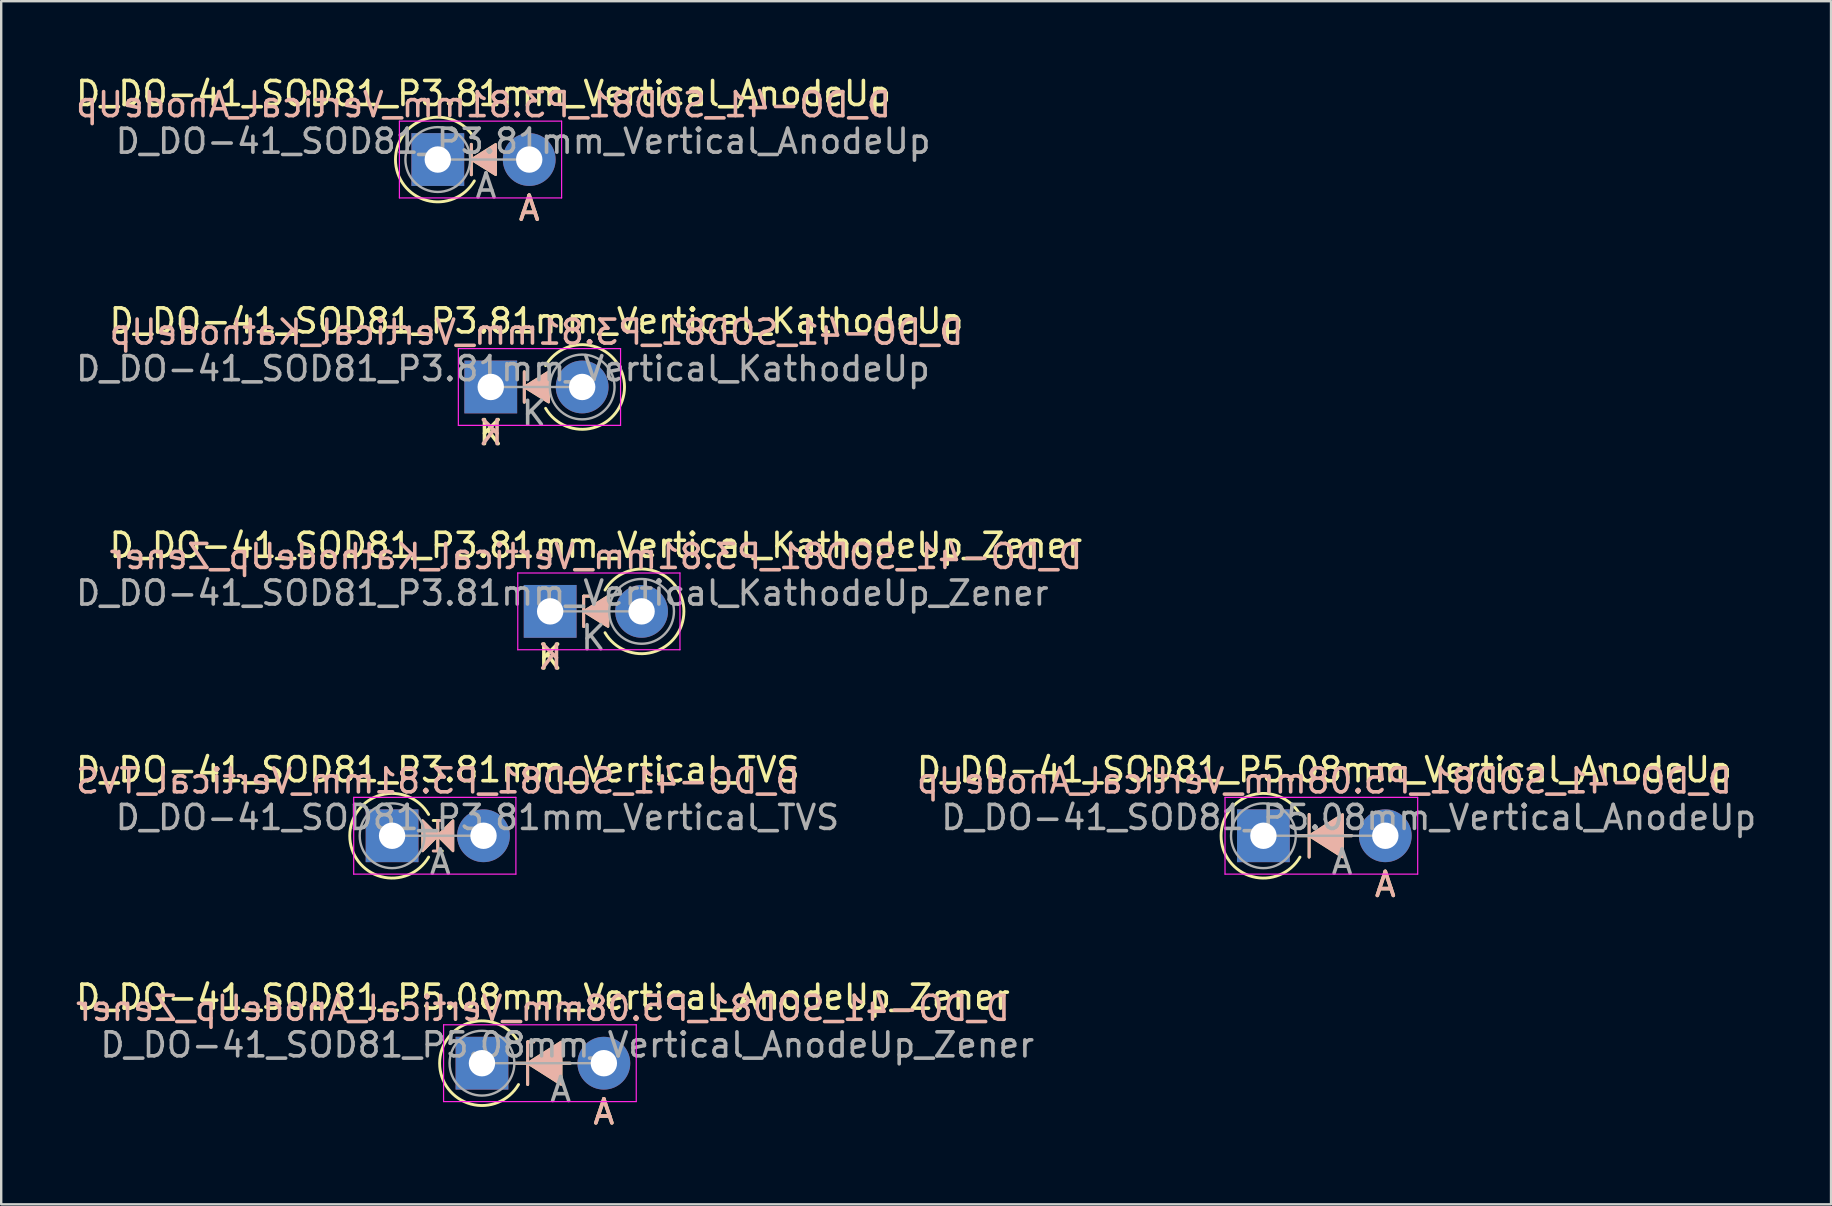
<source format=kicad_pcb>
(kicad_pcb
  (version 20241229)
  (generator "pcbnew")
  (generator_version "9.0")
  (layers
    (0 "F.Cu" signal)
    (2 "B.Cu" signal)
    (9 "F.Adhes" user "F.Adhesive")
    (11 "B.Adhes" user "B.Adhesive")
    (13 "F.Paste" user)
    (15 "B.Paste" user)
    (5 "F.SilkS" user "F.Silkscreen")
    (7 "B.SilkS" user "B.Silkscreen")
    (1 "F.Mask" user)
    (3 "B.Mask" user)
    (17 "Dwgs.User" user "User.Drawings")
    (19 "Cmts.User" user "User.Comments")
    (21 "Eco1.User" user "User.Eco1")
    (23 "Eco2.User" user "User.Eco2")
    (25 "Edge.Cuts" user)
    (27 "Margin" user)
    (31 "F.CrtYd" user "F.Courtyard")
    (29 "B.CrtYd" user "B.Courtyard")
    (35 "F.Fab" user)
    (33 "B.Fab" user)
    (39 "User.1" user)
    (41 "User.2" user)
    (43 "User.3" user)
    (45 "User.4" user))
  (footprint "D_DO-41_SOD81_P3.81mm_Vertical_KathodeUp_Zener"
    (layer "F.Cu")
    (at 19.879 22.43)
    (property "Reference" "D_DO-41_SOD81_P3.81mm_Vertical_KathodeUp_Zener" (at 1.905 -2.751 0) (layer "F.SilkS") (effects (font (size 1 1) (thickness 0.15))))
    (fp_line (start 1.397 -0.635) (end 1.397 0.635) (stroke (width 0.12) (type solid)) (layer "F.SilkS"))
    (fp_line (start 1.397 -0.635) (end 1.651 -0.635) (stroke (width 0.12) (type solid)) (layer "F.SilkS"))
    (fp_arc (start 2.286 -0.888999) (mid 5.574339 0.000001) (end 2.286 0.889) (stroke (width 0.12) (type solid)) (layer "F.SilkS"))
    (fp_poly (pts (xy 2.413 0.635) (xy 1.397 0) (xy 2.413 -0.635)) (stroke (width 0.1) (type solid)) (fill yes) (layer "F.SilkS"))
    (fp_line (start 1.397 -0.635) (end 1.651 -0.635) (stroke (width 0.12) (type solid)) (layer "B.SilkS"))
    (fp_line (start 1.397 0.635) (end 1.397 -0.635) (stroke (width 0.12) (type solid)) (layer "B.SilkS"))
    (fp_poly (pts (xy 2.413 -0.635) (xy 1.397 0) (xy 2.413 0.635)) (stroke (width 0.1) (type solid)) (fill yes) (layer "B.SilkS"))
    (fp_line (start -1.35 -1.6) (end -1.35 1.6) (stroke (width 0.05) (type solid)) (layer "F.CrtYd"))
    (fp_line (start -1.35 1.6) (end 5.41 1.6) (stroke (width 0.05) (type solid)) (layer "F.CrtYd"))
    (fp_line (start 5.41 -1.6) (end -1.35 -1.6) (stroke (width 0.05) (type solid)) (layer "F.CrtYd"))
    (fp_line (start 5.41 1.6) (end 5.41 -1.6) (stroke (width 0.05) (type solid)) (layer "F.CrtYd"))
    (fp_line (start 0 0) (end 3.81 0) (stroke (width 0.1) (type solid)) (layer "F.Fab"))
    (fp_circle (center 3.81 0) (end 5.16 0) (stroke (width 0.1) (type solid)) (fill no) (layer "F.Fab"))
    (fp_text user "K" (at 0 1.905 0) (layer "F.SilkS") (effects (font (size 1 1) (thickness 0.15))))
    (fp_text user "${REFERENCE}" (at 1.905 -2.286 0) (layer "B.SilkS") (effects (font (size 1 1) (thickness 0.15)) (justify mirror)))
    (fp_text user "K" (at 0 1.905 0) (layer "B.SilkS") (effects (font (size 1 1) (thickness 0.15)) (justify mirror)))
    (fp_text user "${REFERENCE}" (at 0.508 -0.762 0) (layer "F.Fab") (effects (font (size 1 1) (thickness 0.15))))
    (fp_text user "K" (at 1.8 1.1 0) (layer "F.Fab") (effects (font (size 1 1) (thickness 0.15))))
    (pad "1" thru_hole rect (at 0 0) (size 2.2 2.2) (drill 1.1) (layers "*.Cu" "*.Mask"))
    (pad "2" thru_hole oval (at 3.81 0) (size 2.2 2.2) (drill 1.1) (layers "*.Cu" "*.Mask")))
  (footprint "D_DO-41_SOD81_P5.08mm_Vertical_AnodeUp_Zener"
    (layer "F.Cu")
    (at 17.037 41.261)
    (property "Reference" "D_DO-41_SOD81_P5.08mm_Vertical_AnodeUp_Zener" (at 2.54 -2.751 0) (layer "F.SilkS") (effects (font (size 1 1) (thickness 0.15))))
    (fp_line (start 1.905 -0.889) (end 1.905 0.889) (stroke (width 0.12) (type solid)) (layer "F.SilkS"))
    (fp_line (start 1.905 -0.889) (end 2.159 -0.889) (stroke (width 0.12) (type solid)) (layer "F.SilkS"))
    (fp_line (start 3.683 0) (end 1.397 0) (stroke (width 0.12) (type solid)) (layer "F.SilkS"))
    (fp_arc (start 1.523999 0.889) (mid -1.764339 0.000001) (end 1.523999 -0.888999) (stroke (width 0.12) (type solid)) (layer "F.SilkS"))
    (fp_poly (pts (xy 3.302 0.889) (xy 1.905 0) (xy 3.302 -0.889)) (stroke (width 0.1) (type solid)) (fill yes) (layer "F.SilkS"))
    (fp_line (start 1.905 -0.889) (end 2.159 -0.889) (stroke (width 0.12) (type solid)) (layer "B.SilkS"))
    (fp_line (start 1.905 0.889) (end 1.905 -0.889) (stroke (width 0.12) (type solid)) (layer "B.SilkS"))
    (fp_line (start 3.683 0) (end 1.397 0) (stroke (width 0.12) (type solid)) (layer "B.SilkS"))
    (fp_poly (pts (xy 3.302 -0.889) (xy 1.905 0) (xy 3.302 0.889)) (stroke (width 0.1) (type solid)) (fill yes) (layer "B.SilkS"))
    (fp_line (start -1.6 -1.6) (end -1.6 1.6) (stroke (width 0.05) (type solid)) (layer "F.CrtYd"))
    (fp_line (start -1.6 1.6) (end 6.43 1.6) (stroke (width 0.05) (type solid)) (layer "F.CrtYd"))
    (fp_line (start 6.43 -1.6) (end -1.6 -1.6) (stroke (width 0.05) (type solid)) (layer "F.CrtYd"))
    (fp_line (start 6.43 1.6) (end 6.43 -1.6) (stroke (width 0.05) (type solid)) (layer "F.CrtYd"))
    (fp_line (start 0 0) (end 5.08 0) (stroke (width 0.1) (type solid)) (layer "F.Fab"))
    (fp_circle (center 0 0) (end 1.35 0) (stroke (width 0.1) (type solid)) (fill no) (layer "F.Fab"))
    (fp_text user "A" (at 5.08 2.032 0) (layer "F.SilkS") (effects (font (size 1 1) (thickness 0.15))))
    (fp_text user "${REFERENCE}" (at 2.54 -2.286 0) (layer "B.SilkS") (effects (font (size 1 1) (thickness 0.15)) (justify mirror)))
    (fp_text user "A" (at 5.08 2.032 0) (layer "B.SilkS") (effects (font (size 1 1) (thickness 0.15)) (justify mirror)))
    (fp_text user "${REFERENCE}" (at 3.556 -0.762 0) (layer "F.Fab") (effects (font (size 1 1) (thickness 0.15))))
    (fp_text user "A" (at 3.28 1.1 0) (layer "F.Fab") (effects (font (size 1 1) (thickness 0.15))))
    (pad "1" thru_hole rect (at 0 0) (size 2.2 2.2) (drill 1.1) (layers "*.Cu" "*.Mask"))
    (pad "2" thru_hole oval (at 5.08 0) (size 2.2 2.2) (drill 1.1) (layers "*.Cu" "*.Mask")))
  (footprint "D_DO-41_SOD81_P3.81mm_Vertical_AnodeUp"
    (layer "F.Cu")
    (at 15.196 3.599)
    (property "Reference" "D_DO-41_SOD81_P3.81mm_Vertical_AnodeUp" (at 1.905 -2.751 0) (layer "F.SilkS") (effects (font (size 1 1) (thickness 0.15))))
    (fp_line (start 1.397 -0.635) (end 1.397 0.635) (stroke (width 0.12) (type solid)) (layer "F.SilkS"))
    (fp_arc (start 1.523999 0.889) (mid -1.764339 0.000001) (end 1.523999 -0.888999) (stroke (width 0.12) (type solid)) (layer "F.SilkS"))
    (fp_poly (pts (xy 2.413 0.635) (xy 1.397 0) (xy 2.413 -0.635)) (stroke (width 0.1) (type solid)) (fill yes) (layer "F.SilkS"))
    (fp_line (start 1.397 0.635) (end 1.397 -0.635) (stroke (width 0.12) (type solid)) (layer "B.SilkS"))
    (fp_poly (pts (xy 2.413 -0.635) (xy 1.397 0) (xy 2.413 0.635)) (stroke (width 0.1) (type solid)) (fill yes) (layer "B.SilkS"))
    (fp_line (start -1.6 -1.6) (end -1.6 1.6) (stroke (width 0.05) (type solid)) (layer "F.CrtYd"))
    (fp_line (start -1.6 1.6) (end 5.16 1.6) (stroke (width 0.05) (type solid)) (layer "F.CrtYd"))
    (fp_line (start 5.16 -1.6) (end -1.6 -1.6) (stroke (width 0.05) (type solid)) (layer "F.CrtYd"))
    (fp_line (start 5.16 1.6) (end 5.16 -1.6) (stroke (width 0.05) (type solid)) (layer "F.CrtYd"))
    (fp_line (start 0 0) (end 3.81 0) (stroke (width 0.1) (type solid)) (layer "F.Fab"))
    (fp_circle (center 0 0) (end 1.35 0) (stroke (width 0.1) (type solid)) (fill no) (layer "F.Fab"))
    (fp_text user "A" (at 3.81 2.032 0) (layer "F.SilkS") (effects (font (size 1 1) (thickness 0.15))))
    (fp_text user "A" (at 3.81 2.032 0) (layer "B.SilkS") (effects (font (size 1 1) (thickness 0.15)) (justify mirror)))
    (fp_text user "${REFERENCE}" (at 1.905 -2.286 0) (layer "B.SilkS") (effects (font (size 1 1) (thickness 0.15)) (justify mirror)))
    (fp_text user "${REFERENCE}" (at 3.556 -0.762 0) (layer "F.Fab") (effects (font (size 1 1) (thickness 0.15))))
    (fp_text user "A" (at 2.01 1.1 0) (layer "F.Fab") (effects (font (size 1 1) (thickness 0.15))))
    (pad "1" thru_hole rect (at 0 0) (size 2.2 2.2) (drill 1.1) (layers "*.Cu" "*.Mask"))
    (pad "2" thru_hole oval (at 3.81 0) (size 2.2 2.2) (drill 1.1) (layers "*.Cu" "*.Mask")))
  (footprint "D_DO-41_SOD81_P5.08mm_Vertical_AnodeUp"
    (layer "F.Cu")
    (at 49.605 31.782)
    (property "Reference" "D_DO-41_SOD81_P5.08mm_Vertical_AnodeUp" (at 2.54 -2.751 0) (layer "F.SilkS") (effects (font (size 1 1) (thickness 0.15))))
    (fp_line (start 1.905 -0.889) (end 1.905 0.889) (stroke (width 0.12) (type solid)) (layer "F.SilkS"))
    (fp_line (start 3.683 0) (end 1.397 0) (stroke (width 0.12) (type solid)) (layer "F.SilkS"))
    (fp_arc (start 1.523999 0.889) (mid -1.764339 0.000001) (end 1.523999 -0.888999) (stroke (width 0.12) (type solid)) (layer "F.SilkS"))
    (fp_poly (pts (xy 3.302 0.889) (xy 1.905 0) (xy 3.302 -0.889)) (stroke (width 0.1) (type solid)) (fill yes) (layer "F.SilkS"))
    (fp_line (start 1.905 0.889) (end 1.905 -0.889) (stroke (width 0.12) (type solid)) (layer "B.SilkS"))
    (fp_line (start 3.683 0) (end 1.397 0) (stroke (width 0.12) (type solid)) (layer "B.SilkS"))
    (fp_poly (pts (xy 3.302 -0.889) (xy 1.905 0) (xy 3.302 0.889)) (stroke (width 0.1) (type solid)) (fill yes) (layer "B.SilkS"))
    (fp_line (start -1.6 -1.6) (end -1.6 1.6) (stroke (width 0.05) (type solid)) (layer "F.CrtYd"))
    (fp_line (start -1.6 1.6) (end 6.43 1.6) (stroke (width 0.05) (type solid)) (layer "F.CrtYd"))
    (fp_line (start 6.43 -1.6) (end -1.6 -1.6) (stroke (width 0.05) (type solid)) (layer "F.CrtYd"))
    (fp_line (start 6.43 1.6) (end 6.43 -1.6) (stroke (width 0.05) (type solid)) (layer "F.CrtYd"))
    (fp_line (start 0 0) (end 5.08 0) (stroke (width 0.1) (type solid)) (layer "F.Fab"))
    (fp_circle (center 0 0) (end 1.35 0) (stroke (width 0.1) (type solid)) (fill no) (layer "F.Fab"))
    (fp_text user "A" (at 5.08 2.032 0) (layer "F.SilkS") (effects (font (size 1 1) (thickness 0.15))))
    (fp_text user "${REFERENCE}" (at 2.54 -2.286 0) (layer "B.SilkS") (effects (font (size 1 1) (thickness 0.15)) (justify mirror)))
    (fp_text user "A" (at 5.08 2.032 0) (layer "B.SilkS") (effects (font (size 1 1) (thickness 0.15)) (justify mirror)))
    (fp_text user "A" (at 3.28 1.1 0) (layer "F.Fab") (effects (font (size 1 1) (thickness 0.15))))
    (fp_text user "${REFERENCE}" (at 3.556 -0.762 0) (layer "F.Fab") (effects (font (size 1 1) (thickness 0.15))))
    (pad "1" thru_hole rect (at 0 0) (size 2.2 2.2) (drill 1.1) (layers "*.Cu" "*.Mask"))
    (pad "2" thru_hole oval (at 5.08 0) (size 2.2 2.2) (drill 1.1) (layers "*.Cu" "*.Mask")))
  (footprint "D_DO-41_SOD81_P3.81mm_Vertical_KathodeUp"
    (layer "F.Cu")
    (at 17.403 13.078)
    (property "Reference" "D_DO-41_SOD81_P3.81mm_Vertical_KathodeUp" (at 1.905 -2.751 0) (layer "F.SilkS") (effects (font (size 1 1) (thickness 0.15))))
    (fp_line (start 1.397 -0.635) (end 1.397 0.635) (stroke (width 0.12) (type solid)) (layer "F.SilkS"))
    (fp_arc (start 2.286 -0.888999) (mid 5.574339 0.000001) (end 2.286 0.889) (stroke (width 0.12) (type solid)) (layer "F.SilkS"))
    (fp_poly (pts (xy 2.413 0.635) (xy 1.397 0) (xy 2.413 -0.635)) (stroke (width 0.1) (type solid)) (fill yes) (layer "F.SilkS"))
    (fp_line (start 1.397 0.635) (end 1.397 -0.635) (stroke (width 0.12) (type solid)) (layer "B.SilkS"))
    (fp_poly (pts (xy 2.413 -0.635) (xy 1.397 0) (xy 2.413 0.635)) (stroke (width 0.1) (type solid)) (fill yes) (layer "B.SilkS"))
    (fp_line (start -1.35 -1.6) (end -1.35 1.6) (stroke (width 0.05) (type solid)) (layer "F.CrtYd"))
    (fp_line (start -1.35 1.6) (end 5.41 1.6) (stroke (width 0.05) (type solid)) (layer "F.CrtYd"))
    (fp_line (start 5.41 -1.6) (end -1.35 -1.6) (stroke (width 0.05) (type solid)) (layer "F.CrtYd"))
    (fp_line (start 5.41 1.6) (end 5.41 -1.6) (stroke (width 0.05) (type solid)) (layer "F.CrtYd"))
    (fp_line (start 0 0) (end 3.81 0) (stroke (width 0.1) (type solid)) (layer "F.Fab"))
    (fp_circle (center 3.81 0) (end 5.16 0) (stroke (width 0.1) (type solid)) (fill no) (layer "F.Fab"))
    (fp_text user "K" (at 0 1.905 0) (layer "F.SilkS") (effects (font (size 1 1) (thickness 0.15))))
    (fp_text user "K" (at 0 1.905 0) (layer "B.SilkS") (effects (font (size 1 1) (thickness 0.15)) (justify mirror)))
    (fp_text user "${REFERENCE}" (at 1.905 -2.286 0) (layer "B.SilkS") (effects (font (size 1 1) (thickness 0.15)) (justify mirror)))
    (fp_text user "${REFERENCE}" (at 0.508 -0.762 0) (layer "F.Fab") (effects (font (size 1 1) (thickness 0.15))))
    (fp_text user "K" (at 1.8 1.1 0) (layer "F.Fab") (effects (font (size 1 1) (thickness 0.15))))
    (pad "1" thru_hole rect (at 0 0) (size 2.2 2.2) (drill 1.1) (layers "*.Cu" "*.Mask"))
    (pad "2" thru_hole oval (at 3.81 0) (size 2.2 2.2) (drill 1.1) (layers "*.Cu" "*.Mask")))
  (footprint "D_DO-41_SOD81_P3.81mm_Vertical_TVS"
    (layer "F.Cu")
    (at 13.291 31.782)
    (property "Reference" "D_DO-41_SOD81_P3.81mm_Vertical_TVS" (at 1.905 -2.751 0) (layer "F.SilkS") (effects (font (size 1 1) (thickness 0.15))))
    (fp_line (start 1.714 -0.635) (end 1.905 -0.635) (stroke (width 0.12) (type solid)) (layer "F.SilkS"))
    (fp_line (start 1.905 -0.635) (end 1.905 0.635) (stroke (width 0.12) (type solid)) (layer "F.SilkS"))
    (fp_line (start 1.905 0.635) (end 2.095 0.635) (stroke (width 0.12) (type solid)) (layer "F.SilkS"))
    (fp_arc (start 1.523999 0.889) (mid -1.764339 0.000001) (end 1.523999 -0.888999) (stroke (width 0.12) (type solid)) (layer "F.SilkS"))
    (fp_poly (pts (xy 1.27 -0.635) (xy 1.905 0) (xy 1.27 0.635)) (stroke (width 0.1) (type solid)) (fill yes) (layer "F.SilkS"))
    (fp_poly (pts (xy 2.54 0.635) (xy 1.905 0) (xy 2.54 -0.635)) (stroke (width 0.1) (type solid)) (fill yes) (layer "F.SilkS"))
    (fp_line (start 1.714 0.635) (end 1.905 0.635) (stroke (width 0.12) (type solid)) (layer "B.SilkS"))
    (fp_line (start 1.905 -0.635) (end 2.095 -0.635) (stroke (width 0.12) (type solid)) (layer "B.SilkS"))
    (fp_line (start 1.905 0.635) (end 1.905 -0.635) (stroke (width 0.12) (type solid)) (layer "B.SilkS"))
    (fp_poly (pts (xy 1.27 0.635) (xy 1.905 0) (xy 1.27 -0.635)) (stroke (width 0.1) (type solid)) (fill yes) (layer "B.SilkS"))
    (fp_poly (pts (xy 2.54 -0.635) (xy 1.905 0) (xy 2.54 0.635)) (stroke (width 0.1) (type solid)) (fill yes) (layer "B.SilkS"))
    (fp_line (start -1.6 -1.6) (end -1.6 1.6) (stroke (width 0.05) (type solid)) (layer "F.CrtYd"))
    (fp_line (start -1.6 1.6) (end 5.16 1.6) (stroke (width 0.05) (type solid)) (layer "F.CrtYd"))
    (fp_line (start 5.16 -1.6) (end -1.6 -1.6) (stroke (width 0.05) (type solid)) (layer "F.CrtYd"))
    (fp_line (start 5.16 1.6) (end 5.16 -1.6) (stroke (width 0.05) (type solid)) (layer "F.CrtYd"))
    (fp_line (start 0 0) (end 3.81 0) (stroke (width 0.1) (type solid)) (layer "F.Fab"))
    (fp_circle (center 0 0) (end 1.35 0) (stroke (width 0.1) (type solid)) (fill no) (layer "F.Fab"))
    (fp_text user "${REFERENCE}" (at 1.905 -2.286 0) (layer "B.SilkS") (effects (font (size 1 1) (thickness 0.15)) (justify mirror)))
    (fp_text user "A" (at 2.01 1.1 0) (layer "F.Fab") (effects (font (size 1 1) (thickness 0.15))))
    (fp_text user "${REFERENCE}" (at 3.556 -0.762 0) (layer "F.Fab") (effects (font (size 1 1) (thickness 0.15))))
    (pad "1" thru_hole rect (at 0 0) (size 2.2 2.2) (drill 1.1) (layers "*.Cu" "*.Mask"))
    (pad "2" thru_hole oval (at 3.81 0) (size 2.2 2.2) (drill 1.1) (layers "*.Cu" "*.Mask")))
  (gr_rect
    (start -3 -3)
    (end 73.262 47.142)
    (stroke (width 0.1) (type default))
    (fill no)
    (layer "Edge.Cuts")))
</source>
